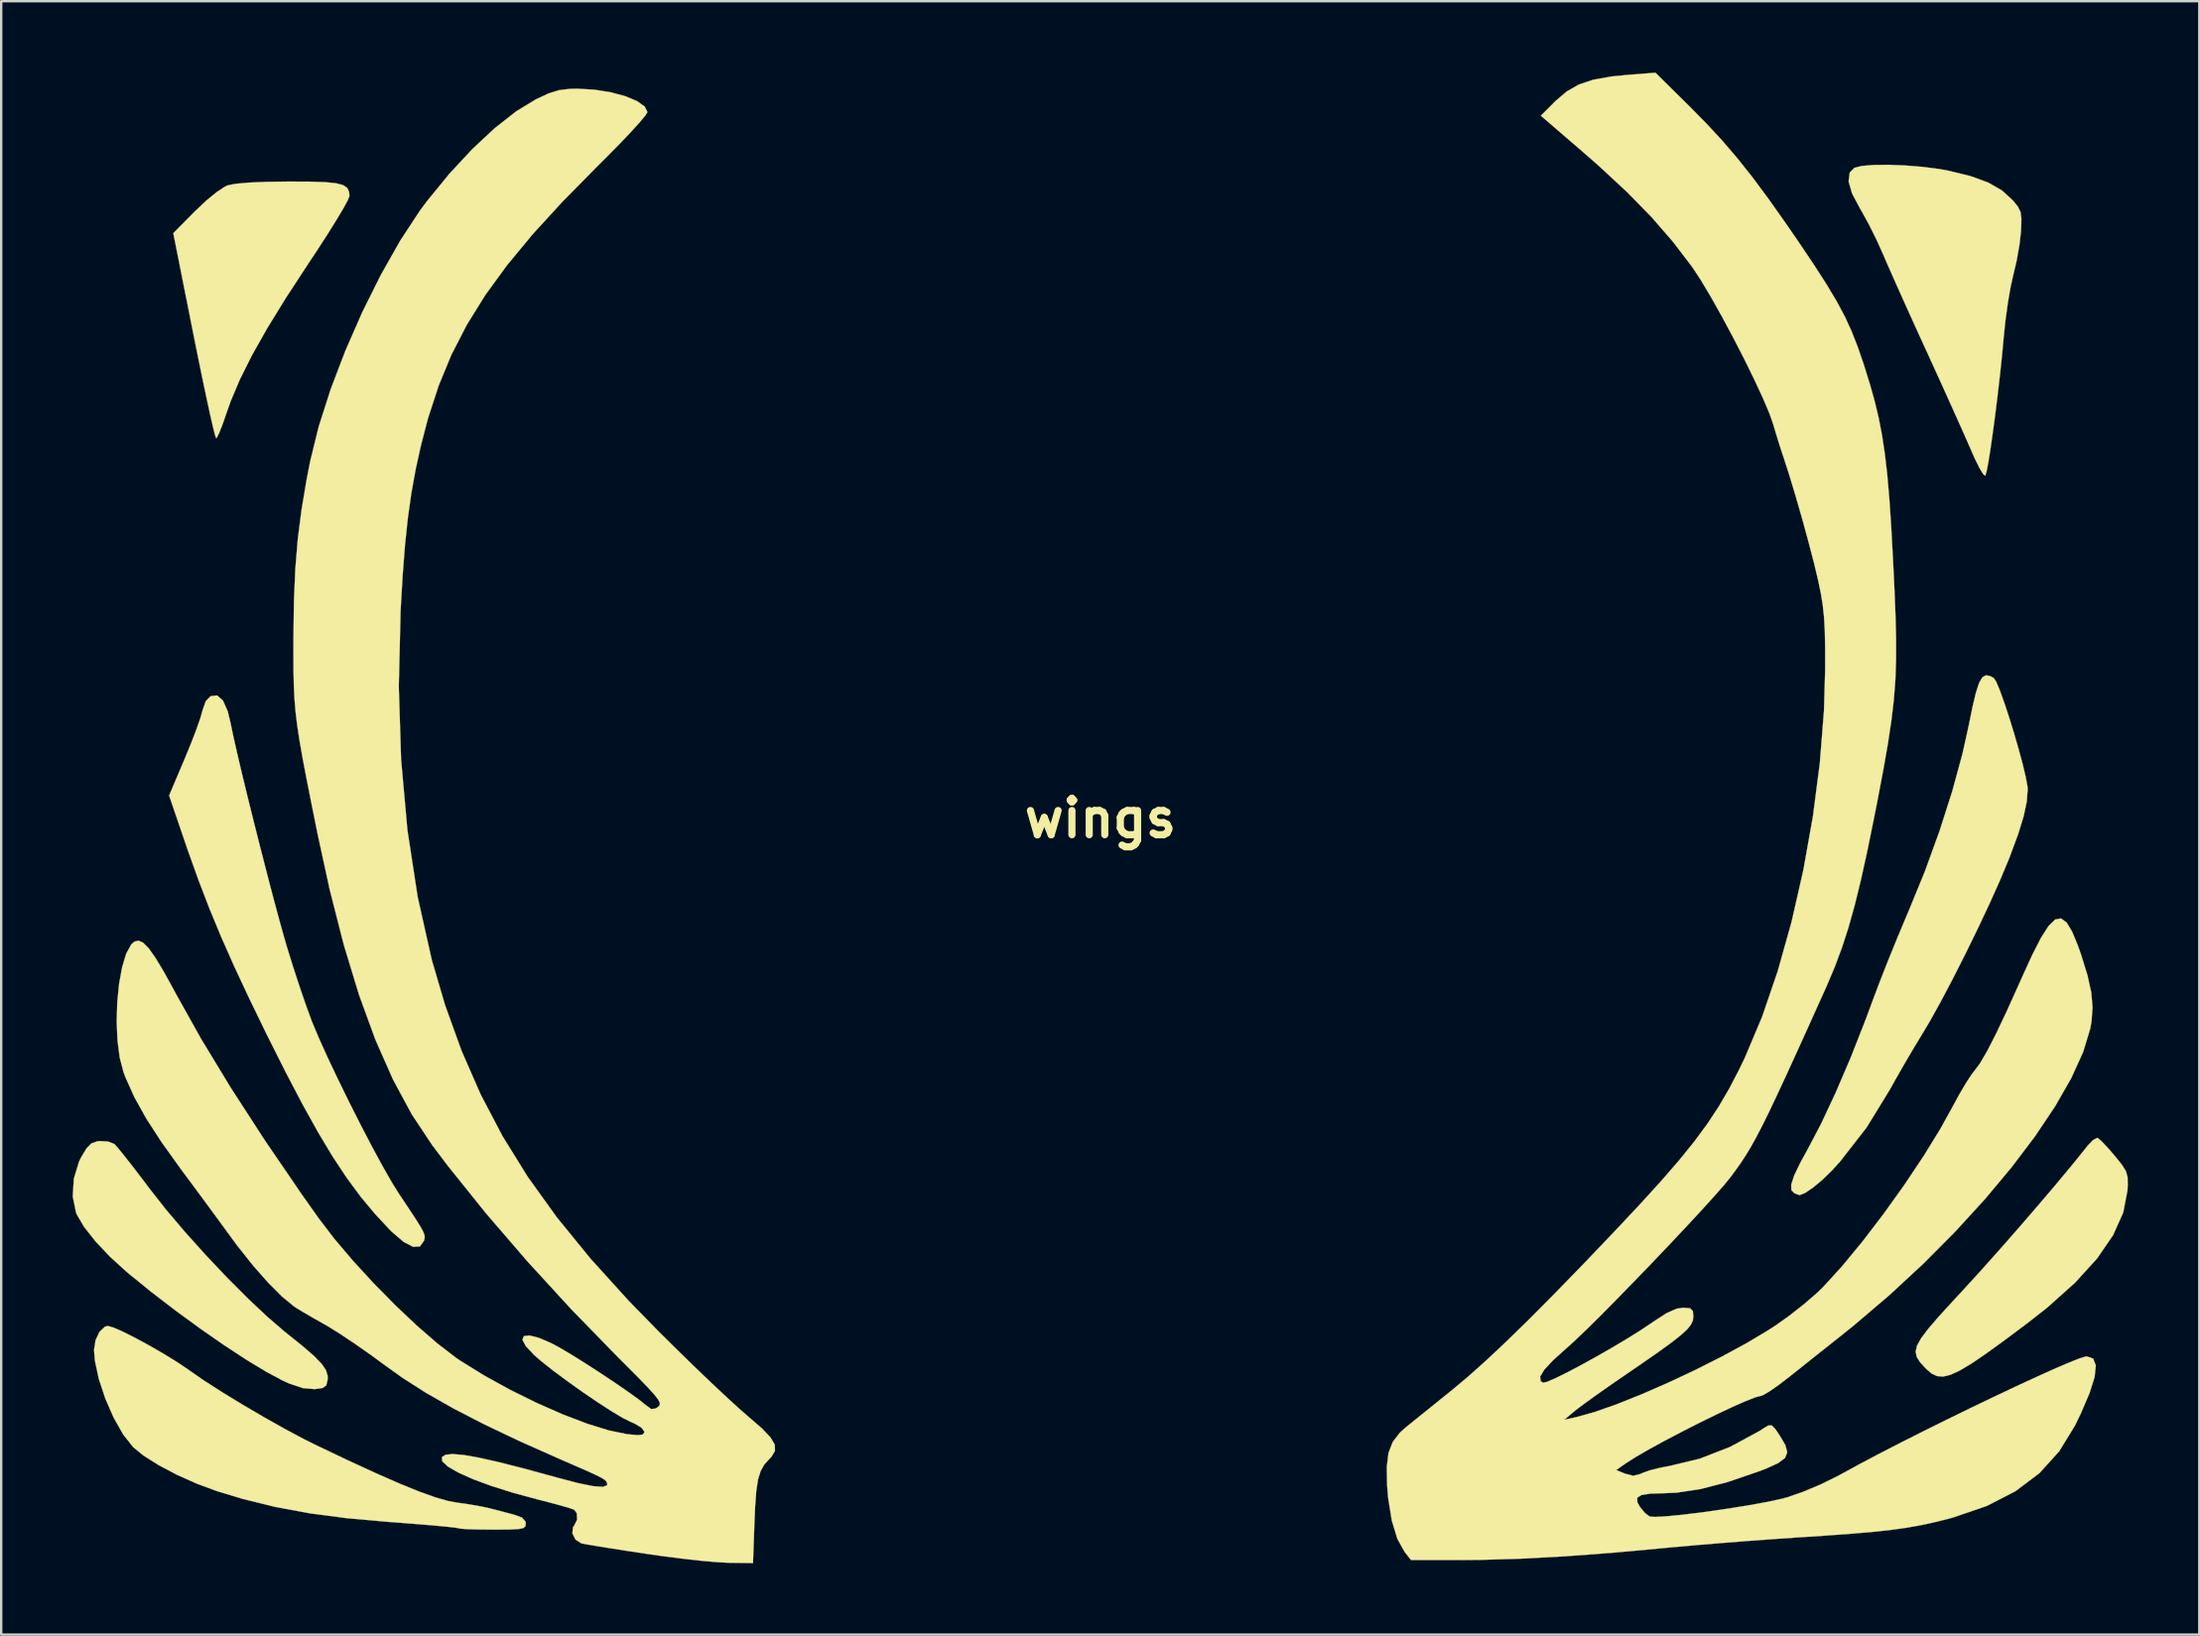
<source format=kicad_pcb>
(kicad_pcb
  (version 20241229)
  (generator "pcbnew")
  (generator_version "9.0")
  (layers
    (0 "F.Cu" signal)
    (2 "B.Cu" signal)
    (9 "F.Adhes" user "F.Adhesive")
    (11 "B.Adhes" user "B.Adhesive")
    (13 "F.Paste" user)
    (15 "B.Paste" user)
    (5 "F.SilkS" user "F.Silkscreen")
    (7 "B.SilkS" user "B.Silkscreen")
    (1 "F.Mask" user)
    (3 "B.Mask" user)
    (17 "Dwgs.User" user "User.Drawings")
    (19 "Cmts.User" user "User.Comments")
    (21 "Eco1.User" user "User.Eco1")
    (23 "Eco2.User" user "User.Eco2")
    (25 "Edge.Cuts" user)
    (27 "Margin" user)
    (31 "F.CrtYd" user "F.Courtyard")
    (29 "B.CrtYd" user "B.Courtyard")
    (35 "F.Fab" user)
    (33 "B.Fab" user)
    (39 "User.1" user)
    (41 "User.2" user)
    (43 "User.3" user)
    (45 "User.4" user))
  (footprint "wings"
    (layer "F.Cu")
    (at 43.146 31.309)
    (property "Reference" "wings" (at 0 0 0) (layer "F.SilkS") (effects (font (size 1.524 1.524) (thickness 0.3))))
    (attr through_hole)
    (fp_poly (pts (xy -33.195 -26.732) (xy -32.546 -26.71) (xy -32.088 -26.664) (xy -31.789 -26.585) (xy -31.617 -26.465) (xy -31.541 -26.298) (xy -31.527 -26.129) (xy -31.596 -25.953) (xy -31.789 -25.599) (xy -32.087 -25.1) (xy -32.47 -24.488) (xy -32.918 -23.796) (xy -33.246 -23.303) (xy -34.188 -21.862) (xy -34.973 -20.586) (xy -35.614 -19.452) (xy -36.123 -18.434) (xy -36.514 -17.51) (xy -36.692 -17.008) (xy -36.855 -16.536) (xy -36.998 -16.174) (xy -37.098 -15.977) (xy -37.121 -15.957) (xy -37.165 -16.078) (xy -37.252 -16.421) (xy -37.375 -16.958) (xy -37.527 -17.659) (xy -37.704 -18.496) (xy -37.898 -19.44) (xy -38.064 -20.265) (xy -38.921 -24.57) (xy -38.004 -25.495) (xy -37.539 -25.933) (xy -37.1 -26.293) (xy -36.746 -26.526) (xy -36.636 -26.576) (xy -36.3 -26.642) (xy -35.738 -26.692) (xy -34.977 -26.724) (xy -34.068 -26.736) (xy -33.195 -26.732)) (stroke (width 0.01) (type solid)) (fill yes) (layer "F.SilkS"))
    (fp_poly (pts (xy 41.861 13.422) (xy 42.002 13.536) (xy 42.251 13.795) (xy 42.555 14.144) (xy 42.575 14.168) (xy 42.878 14.544) (xy 43.049 14.817) (xy 43.12 15.077) (xy 43.124 15.414) (xy 43.112 15.636) (xy 42.935 16.554) (xy 42.51 17.502) (xy 41.837 18.483) (xy 40.914 19.498) (xy 39.741 20.548) (xy 38.931 21.183) (xy 37.978 21.896) (xy 37.201 22.46) (xy 36.576 22.886) (xy 36.079 23.184) (xy 35.686 23.366) (xy 35.373 23.441) (xy 35.118 23.42) (xy 34.894 23.314) (xy 34.68 23.133) (xy 34.622 23.075) (xy 34.406 22.836) (xy 34.268 22.62) (xy 34.221 22.399) (xy 34.278 22.145) (xy 34.452 21.831) (xy 34.756 21.428) (xy 35.204 20.909) (xy 35.809 20.246) (xy 36.142 19.888) (xy 36.868 19.094) (xy 37.666 18.202) (xy 38.497 17.257) (xy 39.319 16.305) (xy 40.095 15.393) (xy 40.784 14.565) (xy 41.347 13.868) (xy 41.446 13.741) (xy 41.666 13.513) (xy 41.84 13.419) (xy 41.861 13.422)) (stroke (width 0.01) (type solid)) (fill yes) (layer "F.SilkS"))
    (fp_poly (pts (xy -41.663 13.572) (xy -41.398 13.674) (xy -41.394 13.677) (xy -41.254 13.832) (xy -40.992 14.154) (xy -40.638 14.604) (xy -40.223 15.146) (xy -39.915 15.555) (xy -39.235 16.422) (xy -38.438 17.362) (xy -37.569 18.329) (xy -36.671 19.279) (xy -35.787 20.166) (xy -34.96 20.944) (xy -34.234 21.568) (xy -34.143 21.64) (xy -33.483 22.169) (xy -33.008 22.583) (xy -32.692 22.908) (xy -32.512 23.175) (xy -32.441 23.41) (xy -32.442 23.567) (xy -32.498 23.805) (xy -32.647 23.919) (xy -32.966 23.965) (xy -32.994 23.967) (xy -33.48 23.926) (xy -34.066 23.729) (xy -34.306 23.62) (xy -34.999 23.251) (xy -35.841 22.742) (xy -36.789 22.121) (xy -37.801 21.418) (xy -38.835 20.662) (xy -39.849 19.884) (xy -40.801 19.11) (xy -40.876 19.047) (xy -41.58 18.407) (xy -42.188 17.763) (xy -42.664 17.159) (xy -42.969 16.64) (xy -43.005 16.552) (xy -43.141 15.879) (xy -43.096 15.134) (xy -42.878 14.415) (xy -42.788 14.232) (xy -42.56 13.854) (xy -42.361 13.652) (xy -42.122 13.566) (xy -42.017 13.553) (xy -41.663 13.572)) (stroke (width 0.01) (type solid)) (fill yes) (layer "F.SilkS"))
    (fp_poly (pts (xy 33.782 -27.411) (xy 34.512 -27.352) (xy 35.206 -27.263) (xy 35.584 -27.194) (xy 36.536 -26.961) (xy 37.276 -26.689) (xy 37.848 -26.359) (xy 38.294 -25.952) (xy 38.296 -25.95) (xy 38.51 -25.687) (xy 38.624 -25.457) (xy 38.661 -25.168) (xy 38.647 -24.73) (xy 38.643 -24.65) (xy 38.579 -24.08) (xy 38.461 -23.416) (xy 38.325 -22.839) (xy 38.208 -22.319) (xy 38.091 -21.636) (xy 37.988 -20.884) (xy 37.92 -20.223) (xy 37.851 -19.476) (xy 37.765 -18.66) (xy 37.668 -17.815) (xy 37.565 -16.981) (xy 37.461 -16.199) (xy 37.362 -15.508) (xy 37.273 -14.949) (xy 37.199 -14.562) (xy 37.146 -14.386) (xy 37.144 -14.384) (xy 37.059 -14.448) (xy 36.904 -14.703) (xy 36.705 -15.105) (xy 36.572 -15.405) (xy 36.382 -15.841) (xy 36.107 -16.46) (xy 35.768 -17.216) (xy 35.387 -18.061) (xy 34.984 -18.946) (xy 34.718 -19.529) (xy 34.312 -20.416) (xy 33.914 -21.296) (xy 33.543 -22.121) (xy 33.222 -22.842) (xy 32.972 -23.41) (xy 32.857 -23.677) (xy 32.58 -24.292) (xy 32.265 -24.926) (xy 31.969 -25.467) (xy 31.886 -25.605) (xy 31.552 -26.235) (xy 31.407 -26.743) (xy 31.455 -27.114) (xy 31.646 -27.31) (xy 31.946 -27.389) (xy 32.441 -27.431) (xy 33.072 -27.438) (xy 33.782 -27.411)) (stroke (width 0.01) (type solid)) (fill yes) (layer "F.SilkS"))
    (fp_poly (pts (xy 37.353 -5.97) (xy 37.506 -5.886) (xy 37.609 -5.724) (xy 37.759 -5.362) (xy 37.943 -4.85) (xy 38.145 -4.237) (xy 38.351 -3.571) (xy 38.545 -2.9) (xy 38.714 -2.273) (xy 38.841 -1.739) (xy 38.914 -1.346) (xy 38.924 -1.213) (xy 38.885 -0.699) (xy 38.755 -0.086) (xy 38.524 0.665) (xy 38.181 1.593) (xy 38.104 1.787) (xy 37.758 2.613) (xy 37.325 3.578) (xy 36.832 4.624) (xy 36.308 5.697) (xy 35.78 6.74) (xy 35.276 7.695) (xy 34.824 8.508) (xy 34.571 8.935) (xy 34.172 9.593) (xy 33.751 10.309) (xy 33.367 10.98) (xy 33.149 11.373) (xy 32.164 12.98) (xy 31.045 14.416) (xy 30.708 14.786) (xy 30.31 15.174) (xy 29.918 15.501) (xy 29.583 15.73) (xy 29.359 15.819) (xy 29.331 15.817) (xy 29.196 15.767) (xy 29.133 15.743) (xy 29.005 15.618) (xy 28.998 15.381) (xy 29.12 15.004) (xy 29.379 14.464) (xy 29.671 13.932) (xy 30.25 12.831) (xy 30.864 11.522) (xy 31.497 10.043) (xy 32.129 8.435) (xy 32.397 7.711) (xy 32.691 6.929) (xy 33.051 6.012) (xy 33.438 5.058) (xy 33.812 4.163) (xy 33.933 3.88) (xy 34.611 2.224) (xy 35.226 0.529) (xy 35.759 -1.139) (xy 36.188 -2.712) (xy 36.436 -3.828) (xy 36.606 -4.664) (xy 36.751 -5.273) (xy 36.884 -5.683) (xy 37.02 -5.918) (xy 37.172 -6.005) (xy 37.353 -5.97)) (stroke (width 0.01) (type solid)) (fill yes) (layer "F.SilkS"))
    (fp_poly (pts (xy -36.838 -4.945) (xy -36.638 -4.498) (xy -36.514 -3.985) (xy -36.41 -3.479) (xy -36.25 -2.771) (xy -36.046 -1.903) (xy -35.807 -0.919) (xy -35.545 0.138) (xy -35.271 1.223) (xy -34.996 2.294) (xy -34.731 3.307) (xy -34.486 4.219) (xy -34.273 4.986) (xy -34.145 5.425) (xy -33.901 6.212) (xy -33.633 7.031) (xy -33.371 7.797) (xy -33.143 8.425) (xy -33.094 8.552) (xy -32.812 9.225) (xy -32.443 10.043) (xy -32.01 10.956) (xy -31.539 11.919) (xy -31.052 12.882) (xy -30.574 13.798) (xy -30.129 14.619) (xy -29.741 15.298) (xy -29.459 15.752) (xy -29.032 16.391) (xy -28.729 16.852) (xy -28.53 17.172) (xy -28.417 17.386) (xy -28.37 17.53) (xy -28.371 17.638) (xy -28.398 17.738) (xy -28.569 17.977) (xy -28.855 17.993) (xy -29.248 17.789) (xy -29.743 17.366) (xy -29.857 17.252) (xy -30.473 16.588) (xy -31.063 15.877) (xy -31.642 15.092) (xy -32.228 14.207) (xy -32.837 13.193) (xy -33.488 12.024) (xy -34.196 10.673) (xy -34.979 9.113) (xy -35.036 8.998) (xy -35.76 7.506) (xy -36.381 6.177) (xy -36.922 4.952) (xy -37.409 3.775) (xy -37.865 2.588) (xy -38.315 1.332) (xy -38.487 0.83) (xy -39.096 -0.957) (xy -38.429 -2.53) (xy -38.172 -3.156) (xy -37.949 -3.736) (xy -37.783 -4.211) (xy -37.695 -4.521) (xy -37.69 -4.545) (xy -37.557 -4.92) (xy -37.357 -5.127) (xy -37.081 -5.158) (xy -36.838 -4.945)) (stroke (width 0.01) (type solid)) (fill yes) (layer "F.SilkS"))
    (fp_poly (pts (xy -41.439 21.38) (xy -41.042 21.554) (xy -40.529 21.812) (xy -39.951 22.125) (xy -39.357 22.467) (xy -38.797 22.811) (xy -38.321 23.128) (xy -38.222 23.2) (xy -37.63 23.61) (xy -36.872 24.096) (xy -36.009 24.623) (xy -35.103 25.154) (xy -34.216 25.653) (xy -33.41 26.082) (xy -32.994 26.289) (xy -31.606 26.951) (xy -30.423 27.496) (xy -29.429 27.933) (xy -28.605 28.268) (xy -27.934 28.509) (xy -27.398 28.662) (xy -27.038 28.73) (xy -26.499 28.807) (xy -25.983 28.898) (xy -25.645 28.972) (xy -25.165 29.096) (xy -24.671 29.225) (xy -24.634 29.234) (xy -24.281 29.364) (xy -24.135 29.532) (xy -24.124 29.617) (xy -24.141 29.727) (xy -24.223 29.799) (xy -24.414 29.841) (xy -24.758 29.861) (xy -25.3 29.867) (xy -25.506 29.867) (xy -26.073 29.862) (xy -26.539 29.849) (xy -26.849 29.829) (xy -26.947 29.809) (xy -27.086 29.784) (xy -27.442 29.744) (xy -27.979 29.694) (xy -28.661 29.637) (xy -29.449 29.575) (xy -29.872 29.544) (xy -31.629 29.388) (xy -33.195 29.182) (xy -34.632 28.916) (xy -36.001 28.579) (xy -37.079 28.253) (xy -37.926 27.941) (xy -38.765 27.566) (xy -39.534 27.161) (xy -40.174 26.757) (xy -40.606 26.404) (xy -41.023 25.874) (xy -41.424 25.167) (xy -41.777 24.36) (xy -42.051 23.53) (xy -42.215 22.755) (xy -42.248 22.315) (xy -42.182 21.906) (xy -42.014 21.557) (xy -41.789 21.345) (xy -41.671 21.316) (xy -41.439 21.38)) (stroke (width 0.01) (type solid)) (fill yes) (layer "F.SilkS"))
    (fp_poly (pts (xy -21.245 -30.593) (xy -20.557 -30.483) (xy -19.945 -30.319) (xy -19.455 -30.114) (xy -19.131 -29.885) (xy -19.018 -29.653) (xy -19.106 -29.507) (xy -19.352 -29.213) (xy -19.73 -28.797) (xy -20.214 -28.288) (xy -20.78 -27.715) (xy -21.106 -27.391) (xy -22.57 -25.907) (xy -23.834 -24.526) (xy -24.915 -23.219) (xy -25.833 -21.958) (xy -26.605 -20.712) (xy -27.251 -19.453) (xy -27.787 -18.153) (xy -28.233 -16.782) (xy -28.524 -15.665) (xy -28.745 -14.662) (xy -28.926 -13.664) (xy -29.074 -12.618) (xy -29.195 -11.472) (xy -29.295 -10.175) (xy -29.381 -8.692) (xy -29.455 -5.534) (xy -29.359 -2.467) (xy -29.094 0.486) (xy -28.663 3.302) (xy -28.068 5.959) (xy -27.511 7.85) (xy -26.815 9.775) (xy -26.017 11.599) (xy -25.098 13.351) (xy -24.038 15.061) (xy -22.817 16.761) (xy -21.415 18.481) (xy -19.813 20.25) (xy -18.579 21.516) (xy -17.835 22.254) (xy -17.089 22.981) (xy -16.376 23.665) (xy -15.732 24.27) (xy -15.194 24.763) (xy -14.796 25.111) (xy -14.774 25.129) (xy -14.212 25.616) (xy -13.85 25.996) (xy -13.672 26.3) (xy -13.663 26.559) (xy -13.808 26.804) (xy -13.895 26.895) (xy -14.11 27.134) (xy -14.266 27.409) (xy -14.375 27.765) (xy -14.449 28.25) (xy -14.497 28.91) (xy -14.523 29.51) (xy -14.586 31.271) (xy -15.622 31.258) (xy -16.089 31.234) (xy -16.745 31.176) (xy -17.525 31.089) (xy -18.366 30.982) (xy -19.082 30.88) (xy -19.857 30.762) (xy -20.559 30.652) (xy -21.144 30.558) (xy -21.567 30.487) (xy -21.783 30.446) (xy -21.786 30.446) (xy -22.034 30.288) (xy -22.167 30.028) (xy -22.143 29.768) (xy -22.094 29.701) (xy -21.97 29.451) (xy -21.983 29.177) (xy -22.088 29.034) (xy -22.26 28.971) (xy -22.624 28.864) (xy -23.126 28.728) (xy -23.652 28.593) (xy -24.658 28.32) (xy -25.559 28.036) (xy -26.331 27.751) (xy -26.95 27.475) (xy -27.391 27.221) (xy -27.63 26.998) (xy -27.646 26.825) (xy -27.497 26.726) (xy -27.202 26.694) (xy -26.746 26.732) (xy -26.112 26.842) (xy -25.285 27.027) (xy -24.251 27.289) (xy -22.993 27.632) (xy -22.793 27.688) (xy -21.92 27.917) (xy -21.281 28.045) (xy -20.876 28.072) (xy -20.705 27.999) (xy -20.706 27.93) (xy -20.738 27.854) (xy -20.802 27.783) (xy -20.932 27.697) (xy -21.165 27.579) (xy -21.535 27.41) (xy -22.077 27.173) (xy -22.625 26.935) (xy -24.348 26.169) (xy -25.85 25.455) (xy -27.158 24.781) (xy -28.299 24.132) (xy -29.297 23.495) (xy -29.995 22.995) (xy -30.641 22.522) (xy -31.31 22.054) (xy -31.935 21.638) (xy -32.447 21.319) (xy -32.57 21.249) (xy -33.055 20.975) (xy -33.486 20.724) (xy -33.789 20.538) (xy -33.847 20.499) (xy -34.349 20.087) (xy -34.94 19.497) (xy -35.58 18.77) (xy -36.231 17.95) (xy -36.479 17.614) (xy -36.939 16.983) (xy -37.485 16.239) (xy -38.052 15.47) (xy -38.573 14.768) (xy -38.605 14.725) (xy -39.414 13.597) (xy -40.056 12.606) (xy -40.553 11.713) (xy -40.925 10.884) (xy -41.011 10.658) (xy -41.17 10.049) (xy -41.264 9.325) (xy -41.297 8.535) (xy -41.273 7.727) (xy -41.196 6.951) (xy -41.07 6.256) (xy -40.9 5.689) (xy -40.688 5.3) (xy -40.558 5.182) (xy -40.385 5.137) (xy -40.189 5.222) (xy -39.955 5.458) (xy -39.667 5.865) (xy -39.309 6.463) (xy -38.865 7.27) (xy -38.802 7.388) (xy -37.749 9.27) (xy -36.513 11.308) (xy -35.1 13.491) (xy -33.519 15.806) (xy -32.828 16.784) (xy -32.166 17.651) (xy -31.378 18.58) (xy -30.506 19.529) (xy -29.595 20.454) (xy -28.687 21.312) (xy -27.826 22.059) (xy -27.055 22.651) (xy -26.868 22.779) (xy -25.861 23.402) (xy -24.778 23.998) (xy -23.667 24.547) (xy -22.574 25.029) (xy -21.544 25.422) (xy -20.626 25.706) (xy -19.866 25.861) (xy -19.837 25.864) (xy -19.431 25.9) (xy -19.219 25.877) (xy -19.148 25.788) (xy -19.146 25.754) (xy -19.258 25.594) (xy -19.55 25.416) (xy -19.724 25.341) (xy -20.051 25.178) (xy -20.53 24.891) (xy -21.112 24.515) (xy -21.747 24.082) (xy -22.387 23.627) (xy -22.982 23.185) (xy -23.483 22.788) (xy -23.773 22.537) (xy -24.125 22.16) (xy -24.263 21.894) (xy -24.206 21.743) (xy -23.972 21.715) (xy -23.579 21.813) (xy -23.046 22.044) (xy -22.706 22.226) (xy -22.204 22.523) (xy -21.61 22.894) (xy -20.976 23.304) (xy -20.354 23.719) (xy -19.795 24.104) (xy -19.351 24.426) (xy -19.074 24.648) (xy -18.855 24.806) (xy -18.674 24.781) (xy -18.572 24.715) (xy -18.504 24.645) (xy -18.494 24.553) (xy -18.56 24.413) (xy -18.724 24.201) (xy -19.004 23.893) (xy -19.419 23.464) (xy -19.991 22.89) (xy -20.241 22.641) (xy -22.195 20.634) (xy -24.063 18.597) (xy -25.804 16.574) (xy -27.381 14.61) (xy -28.053 13.721) (xy -28.907 12.435) (xy -29.701 10.962) (xy -30.439 9.29) (xy -31.125 7.41) (xy -31.764 5.309) (xy -32.359 2.976) (xy -32.867 0.638) (xy -33.121 -0.62) (xy -33.328 -1.666) (xy -33.494 -2.536) (xy -33.622 -3.268) (xy -33.719 -3.901) (xy -33.788 -4.47) (xy -33.833 -5.014) (xy -33.86 -5.57) (xy -33.873 -6.176) (xy -33.877 -6.869) (xy -33.876 -7.594) (xy -33.856 -9.12) (xy -33.798 -10.469) (xy -33.695 -11.719) (xy -33.539 -12.945) (xy -33.324 -14.224) (xy -33.173 -14.997) (xy -32.815 -16.452) (xy -32.313 -18.018) (xy -31.694 -19.639) (xy -30.985 -21.256) (xy -30.21 -22.812) (xy -29.397 -24.25) (xy -28.569 -25.512) (xy -28.273 -25.911) (xy -27.334 -27.06) (xy -26.375 -28.092) (xy -25.429 -28.976) (xy -24.526 -29.685) (xy -23.696 -30.19) (xy -23.692 -30.192) (xy -23.164 -30.437) (xy -22.735 -30.571) (xy -22.288 -30.626) (xy -21.963 -30.633) (xy -21.245 -30.593)) (stroke (width 0.01) (type solid)) (fill yes) (layer "F.SilkS"))
    (fp_poly (pts (xy 24.705 -29.915) (xy 25.436 -29.174) (xy 26.101 -28.456) (xy 26.735 -27.716) (xy 27.373 -26.913) (xy 28.049 -26.002) (xy 28.798 -24.941) (xy 29.308 -24.199) (xy 29.964 -23.223) (xy 30.49 -22.405) (xy 30.912 -21.698) (xy 31.255 -21.054) (xy 31.541 -20.428) (xy 31.797 -19.772) (xy 32.047 -19.041) (xy 32.075 -18.954) (xy 32.309 -18.2) (xy 32.507 -17.491) (xy 32.673 -16.793) (xy 32.812 -16.072) (xy 32.929 -15.294) (xy 33.029 -14.425) (xy 33.115 -13.429) (xy 33.193 -12.273) (xy 33.267 -10.923) (xy 33.325 -9.73) (xy 33.373 -8.573) (xy 33.399 -7.567) (xy 33.399 -6.665) (xy 33.37 -5.82) (xy 33.306 -4.984) (xy 33.203 -4.11) (xy 33.059 -3.151) (xy 32.868 -2.06) (xy 32.627 -0.79) (xy 32.493 -0.11) (xy 32.198 1.343) (xy 31.924 2.585) (xy 31.661 3.655) (xy 31.398 4.594) (xy 31.123 5.443) (xy 30.824 6.242) (xy 30.49 7.033) (xy 30.439 7.148) (xy 29.802 8.56) (xy 29.258 9.762) (xy 28.795 10.775) (xy 28.402 11.622) (xy 28.068 12.326) (xy 27.781 12.908) (xy 27.53 13.39) (xy 27.304 13.797) (xy 27.091 14.149) (xy 26.881 14.469) (xy 26.662 14.779) (xy 26.454 15.061) (xy 26.182 15.395) (xy 25.758 15.877) (xy 25.212 16.479) (xy 24.571 17.17) (xy 23.866 17.92) (xy 23.126 18.697) (xy 22.378 19.472) (xy 21.654 20.214) (xy 20.981 20.893) (xy 20.389 21.479) (xy 19.907 21.94) (xy 19.593 22.223) (xy 19.005 22.751) (xy 18.628 23.156) (xy 18.456 23.447) (xy 18.482 23.635) (xy 18.579 23.698) (xy 18.75 23.661) (xy 19.098 23.511) (xy 19.583 23.272) (xy 20.167 22.964) (xy 20.809 22.61) (xy 21.469 22.232) (xy 22.108 21.852) (xy 22.686 21.491) (xy 23.163 21.172) (xy 23.217 21.134) (xy 23.765 20.778) (xy 24.188 20.592) (xy 24.462 20.55) (xy 24.754 20.574) (xy 24.87 20.692) (xy 24.889 20.917) (xy 24.868 21.086) (xy 24.789 21.26) (xy 24.628 21.459) (xy 24.362 21.703) (xy 23.969 22.013) (xy 23.425 22.408) (xy 22.706 22.908) (xy 22.081 23.336) (xy 21.46 23.763) (xy 20.879 24.171) (xy 20.387 24.524) (xy 20.031 24.789) (xy 19.912 24.883) (xy 19.465 25.257) (xy 19.984 25.142) (xy 20.741 24.931) (xy 21.666 24.606) (xy 22.709 24.189) (xy 23.823 23.703) (xy 24.959 23.169) (xy 26.069 22.61) (xy 27.105 22.049) (xy 28.017 21.506) (xy 28.328 21.306) (xy 28.928 20.879) (xy 29.548 20.391) (xy 30.094 19.917) (xy 30.333 19.686) (xy 31.129 18.813) (xy 31.992 17.768) (xy 32.878 16.608) (xy 33.747 15.394) (xy 34.556 14.182) (xy 35.263 13.033) (xy 35.74 12.172) (xy 36.037 11.624) (xy 36.326 11.132) (xy 36.569 10.758) (xy 36.696 10.594) (xy 36.925 10.288) (xy 37.224 9.775) (xy 37.596 9.048) (xy 38.047 8.099) (xy 38.58 6.919) (xy 38.676 6.701) (xy 39.115 5.739) (xy 39.486 5.013) (xy 39.803 4.519) (xy 40.078 4.251) (xy 40.325 4.205) (xy 40.558 4.375) (xy 40.789 4.756) (xy 41.031 5.342) (xy 41.165 5.722) (xy 41.436 6.599) (xy 41.594 7.316) (xy 41.647 7.94) (xy 41.603 8.537) (xy 41.549 8.836) (xy 41.253 9.811) (xy 40.758 10.902) (xy 40.08 12.087) (xy 39.237 13.346) (xy 38.245 14.657) (xy 37.12 16.001) (xy 35.88 17.357) (xy 34.542 18.703) (xy 33.121 20.02) (xy 31.636 21.285) (xy 31.151 21.675) (xy 30.544 22.157) (xy 29.883 22.682) (xy 29.265 23.174) (xy 28.923 23.447) (xy 28.48 23.787) (xy 28.095 24.056) (xy 27.821 24.219) (xy 27.727 24.251) (xy 27.495 24.31) (xy 27.08 24.473) (xy 26.523 24.719) (xy 25.865 25.028) (xy 25.146 25.381) (xy 24.407 25.757) (xy 23.687 26.135) (xy 23.029 26.495) (xy 22.471 26.817) (xy 22.056 27.082) (xy 22.026 27.102) (xy 21.651 27.366) (xy 22.025 27.519) (xy 22.366 27.607) (xy 22.673 27.529) (xy 22.735 27.498) (xy 23.036 27.387) (xy 23.487 27.272) (xy 23.922 27.188) (xy 25.165 26.888) (xy 26.435 26.393) (xy 27.646 25.738) (xy 27.838 25.614) (xy 28.043 25.493) (xy 28.184 25.494) (xy 28.334 25.648) (xy 28.516 25.917) (xy 28.75 26.315) (xy 28.831 26.617) (xy 28.738 26.858) (xy 28.449 27.075) (xy 27.945 27.304) (xy 27.634 27.423) (xy 26.324 27.87) (xy 25.187 28.164) (xy 24.197 28.314) (xy 23.688 28.338) (xy 23.084 28.355) (xy 22.708 28.415) (xy 22.534 28.529) (xy 22.538 28.713) (xy 22.641 28.906) (xy 22.858 29.169) (xy 23.057 29.318) (xy 23.278 29.335) (xy 23.704 29.313) (xy 24.288 29.258) (xy 24.984 29.176) (xy 25.746 29.074) (xy 26.528 28.957) (xy 27.283 28.834) (xy 27.964 28.709) (xy 28.526 28.59) (xy 28.818 28.515) (xy 29.485 28.285) (xy 30.244 27.965) (xy 30.974 27.606) (xy 31.144 27.513) (xy 31.838 27.133) (xy 32.652 26.702) (xy 33.557 26.236) (xy 34.526 25.747) (xy 35.529 25.25) (xy 36.538 24.757) (xy 37.525 24.283) (xy 38.461 23.841) (xy 39.317 23.445) (xy 40.065 23.109) (xy 40.677 22.846) (xy 41.125 22.67) (xy 41.378 22.594) (xy 41.401 22.592) (xy 41.673 22.687) (xy 41.785 22.974) (xy 41.735 23.454) (xy 41.524 24.128) (xy 41.152 24.997) (xy 40.906 25.505) (xy 40.246 26.581) (xy 39.419 27.494) (xy 38.412 28.254) (xy 37.21 28.872) (xy 35.8 29.356) (xy 35.583 29.415) (xy 34.993 29.561) (xy 34.426 29.684) (xy 33.84 29.788) (xy 33.195 29.878) (xy 32.453 29.959) (xy 31.572 30.035) (xy 30.512 30.113) (xy 29.357 30.189) (xy 28.294 30.261) (xy 27.136 30.346) (xy 25.966 30.438) (xy 24.867 30.53) (xy 23.921 30.616) (xy 23.741 30.633) (xy 21.507 30.838) (xy 19.489 30.988) (xy 17.653 31.087) (xy 15.965 31.137) (xy 15.105 31.144) (xy 13.038 31.144) (xy 12.773 30.807) (xy 12.464 30.253) (xy 12.23 29.484) (xy 12.077 28.529) (xy 12.035 28.017) (xy 12.02 27.236) (xy 12.093 26.644) (xy 12.273 26.18) (xy 12.58 25.787) (xy 12.845 25.551) (xy 13.128 25.323) (xy 13.556 24.978) (xy 14.077 24.558) (xy 14.637 24.106) (xy 14.768 24) (xy 15.448 23.431) (xy 16.203 22.756) (xy 17.049 21.961) (xy 18.001 21.03) (xy 19.074 19.95) (xy 20.284 18.704) (xy 21.58 17.347) (xy 22.641 16.217) (xy 23.538 15.23) (xy 24.296 14.355) (xy 24.937 13.562) (xy 25.484 12.819) (xy 25.961 12.096) (xy 26.39 11.361) (xy 26.796 10.583) (xy 27.052 10.053) (xy 27.777 8.333) (xy 28.434 6.412) (xy 29.015 4.339) (xy 29.51 2.16) (xy 29.908 -0.075) (xy 30.199 -2.32) (xy 30.374 -4.526) (xy 30.423 -6.254) (xy 30.422 -7.163) (xy 30.408 -7.877) (xy 30.375 -8.458) (xy 30.32 -8.967) (xy 30.238 -9.465) (xy 30.136 -9.956) (xy 29.961 -10.693) (xy 29.729 -11.587) (xy 29.464 -12.556) (xy 29.186 -13.523) (xy 28.919 -14.408) (xy 28.685 -15.131) (xy 28.665 -15.189) (xy 28.516 -15.645) (xy 28.346 -16.196) (xy 28.249 -16.529) (xy 28.08 -17.008) (xy 27.804 -17.658) (xy 27.443 -18.434) (xy 27.023 -19.289) (xy 26.567 -20.176) (xy 26.1 -21.048) (xy 25.645 -21.859) (xy 25.227 -22.562) (xy 24.868 -23.111) (xy 24.829 -23.166) (xy 24.02 -24.224) (xy 23.127 -25.252) (xy 22.108 -26.294) (xy 20.924 -27.392) (xy 20.28 -27.956) (xy 18.488 -29.501) (xy 19.104 -30.117) (xy 19.567 -30.515) (xy 20.077 -30.806) (xy 20.688 -31.011) (xy 21.456 -31.148) (xy 22.191 -31.22) (xy 23.3 -31.304) (xy 24.705 -29.915)) (stroke (width 0.01) (type solid)) (fill yes) (layer "F.SilkS")))
  (gr_rect
    (start -3 -3)
    (end 89.276 65.585)
    (stroke (width 0.1) (type default))
    (fill no)
    (layer "Edge.Cuts")))
</source>
